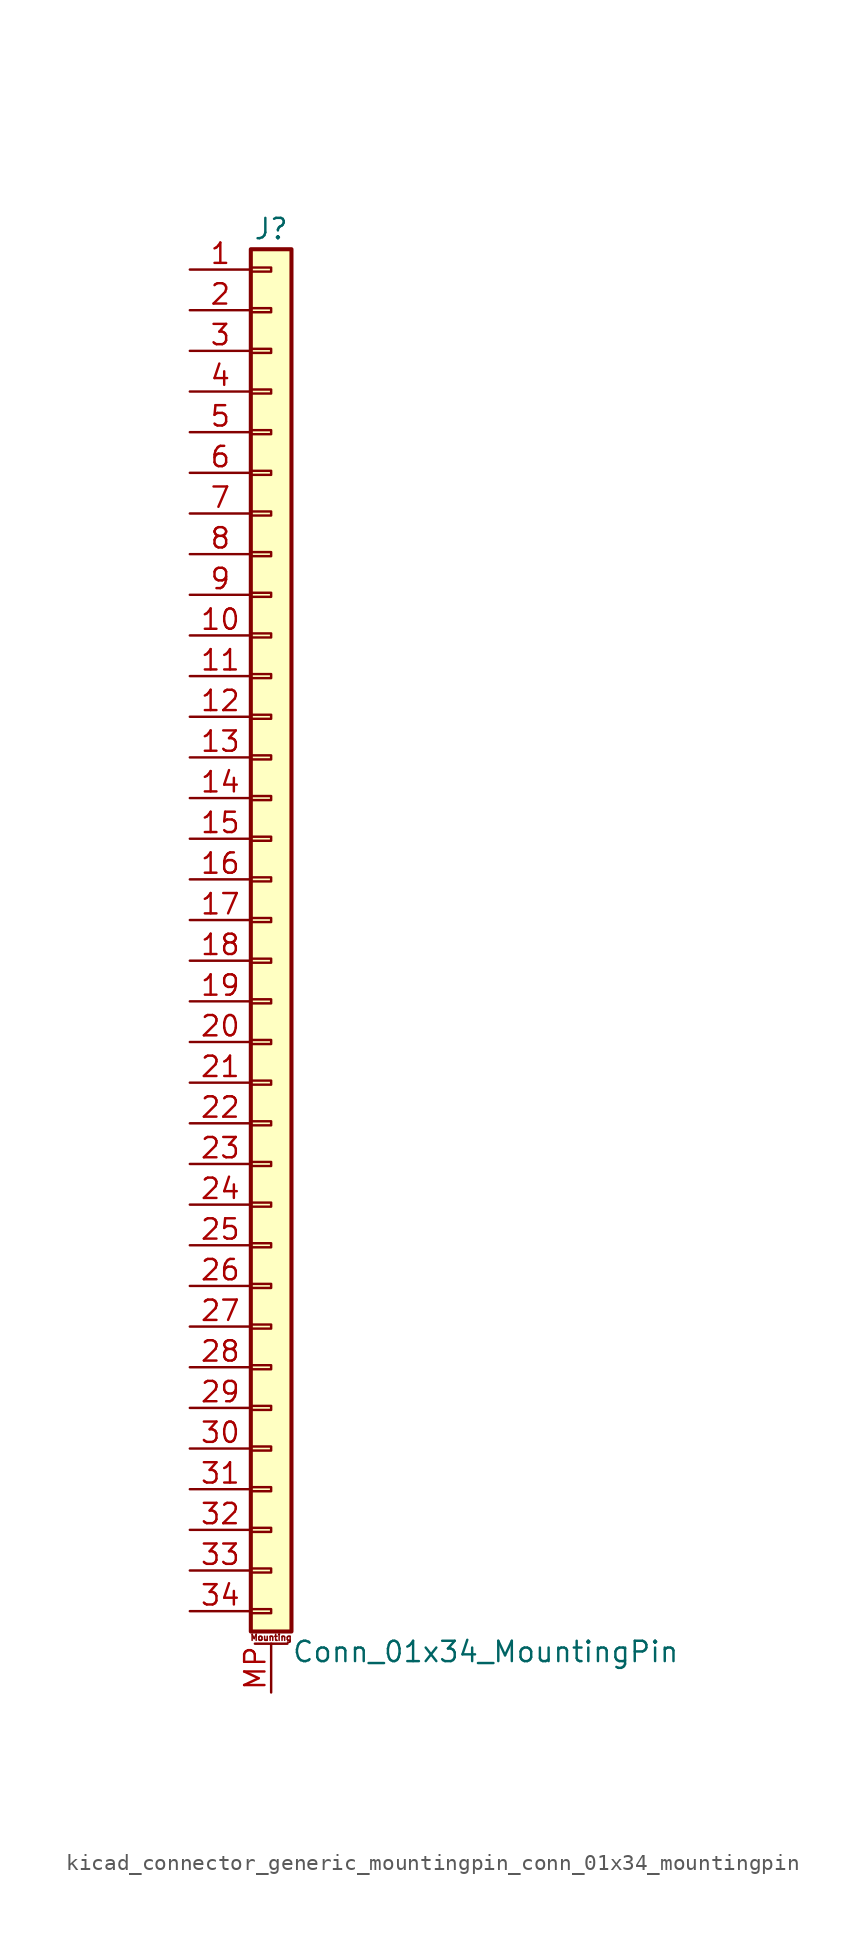
<source format=kicad_sym>
(kicad_symbol_lib
  (version 20220914)
  (generator kicad_symbol_editor)
  (symbol "kicad_connector_generic_mountingpin_conn_01x34_mountingpin"
    (pin_names
      (offset 1.016) hide)
    (property "Reference" "J"
      (at 0 43.18 0)
      (effects (font (size 1.27 1.27))))
    (property "Value" "Conn_01x34_MountingPin"
      (at 1.27 -45.72 0)
      (effects (font (size 1.27 1.27)) (justify left)))
    (symbol "kicad_connector_generic_mountingpin_conn_01x34_mountingpin_1_1"
      (rectangle (start -1.27 -43.053) (end 0 -43.307) (stroke (width 0.152) (type default)) (fill (type none)))
      (rectangle (start -1.27 -40.513) (end 0 -40.767) (stroke (width 0.152) (type default)) (fill (type none)))
      (rectangle (start -1.27 -37.973) (end 0 -38.227) (stroke (width 0.152) (type default)) (fill (type none)))
      (rectangle (start -1.27 -35.433) (end 0 -35.687) (stroke (width 0.152) (type default)) (fill (type none)))
      (rectangle (start -1.27 -32.893) (end 0 -33.147) (stroke (width 0.152) (type default)) (fill (type none)))
      (rectangle (start -1.27 -30.353) (end 0 -30.607) (stroke (width 0.152) (type default)) (fill (type none)))
      (rectangle (start -1.27 -27.813) (end 0 -28.067) (stroke (width 0.152) (type default)) (fill (type none)))
      (rectangle (start -1.27 -25.273) (end 0 -25.527) (stroke (width 0.152) (type default)) (fill (type none)))
      (rectangle (start -1.27 -22.733) (end 0 -22.987) (stroke (width 0.152) (type default)) (fill (type none)))
      (rectangle (start -1.27 -20.193) (end 0 -20.447) (stroke (width 0.152) (type default)) (fill (type none)))
      (rectangle (start -1.27 -17.653) (end 0 -17.907) (stroke (width 0.152) (type default)) (fill (type none)))
      (rectangle (start -1.27 -15.113) (end 0 -15.367) (stroke (width 0.152) (type default)) (fill (type none)))
      (rectangle (start -1.27 -12.573) (end 0 -12.827) (stroke (width 0.152) (type default)) (fill (type none)))
      (rectangle (start -1.27 -10.033) (end 0 -10.287) (stroke (width 0.152) (type default)) (fill (type none)))
      (rectangle (start -1.27 -7.493) (end 0 -7.747) (stroke (width 0.152) (type default)) (fill (type none)))
      (rectangle (start -1.27 -4.953) (end 0 -5.207) (stroke (width 0.152) (type default)) (fill (type none)))
      (rectangle (start -1.27 -2.413) (end 0 -2.667) (stroke (width 0.152) (type default)) (fill (type none)))
      (rectangle (start -1.27 0.127) (end 0 -0.127) (stroke (width 0.152) (type default)) (fill (type none)))
      (rectangle (start -1.27 2.667) (end 0 2.413) (stroke (width 0.152) (type default)) (fill (type none)))
      (rectangle (start -1.27 5.207) (end 0 4.953) (stroke (width 0.152) (type default)) (fill (type none)))
      (rectangle (start -1.27 7.747) (end 0 7.493) (stroke (width 0.152) (type default)) (fill (type none)))
      (rectangle (start -1.27 10.287) (end 0 10.033) (stroke (width 0.152) (type default)) (fill (type none)))
      (rectangle (start -1.27 12.827) (end 0 12.573) (stroke (width 0.152) (type default)) (fill (type none)))
      (rectangle (start -1.27 15.367) (end 0 15.113) (stroke (width 0.152) (type default)) (fill (type none)))
      (rectangle (start -1.27 17.907) (end 0 17.653) (stroke (width 0.152) (type default)) (fill (type none)))
      (rectangle (start -1.27 20.447) (end 0 20.193) (stroke (width 0.152) (type default)) (fill (type none)))
      (rectangle (start -1.27 22.987) (end 0 22.733) (stroke (width 0.152) (type default)) (fill (type none)))
      (rectangle (start -1.27 25.527) (end 0 25.273) (stroke (width 0.152) (type default)) (fill (type none)))
      (rectangle (start -1.27 28.067) (end 0 27.813) (stroke (width 0.152) (type default)) (fill (type none)))
      (rectangle (start -1.27 30.607) (end 0 30.353) (stroke (width 0.152) (type default)) (fill (type none)))
      (rectangle (start -1.27 33.147) (end 0 32.893) (stroke (width 0.152) (type default)) (fill (type none)))
      (rectangle (start -1.27 35.687) (end 0 35.433) (stroke (width 0.152) (type default)) (fill (type none)))
      (rectangle (start -1.27 38.227) (end 0 37.973) (stroke (width 0.152) (type default)) (fill (type none)))
      (rectangle (start -1.27 40.767) (end 0 40.513) (stroke (width 0.152) (type default)) (fill (type none)))
      (rectangle (start -1.27 41.91) (end 1.27 -44.45) (stroke (width 0.254) (type default)) (fill (type background)))
      (polyline (pts (xy -1.016 -45.212) (xy 1.016 -45.212)) (stroke (width 0.152) (type default)) (fill (type none)))
      (text "Mounting" (at 0 -44.831 0) (effects (font (size 0.381 0.381))))
      (pin passive line (at -5.08 40.64 0) (length 3.81) (name "Pin_1" (effects (font (size 1.27 1.27)))) (number "1" (effects (font (size 1.27 1.27)))))
      (pin passive line (at -5.08 17.78 0) (length 3.81) (name "Pin_10" (effects (font (size 1.27 1.27)))) (number "10" (effects (font (size 1.27 1.27)))))
      (pin passive line (at -5.08 15.24 0) (length 3.81) (name "Pin_11" (effects (font (size 1.27 1.27)))) (number "11" (effects (font (size 1.27 1.27)))))
      (pin passive line (at -5.08 12.7 0) (length 3.81) (name "Pin_12" (effects (font (size 1.27 1.27)))) (number "12" (effects (font (size 1.27 1.27)))))
      (pin passive line (at -5.08 10.16 0) (length 3.81) (name "Pin_13" (effects (font (size 1.27 1.27)))) (number "13" (effects (font (size 1.27 1.27)))))
      (pin passive line (at -5.08 7.62 0) (length 3.81) (name "Pin_14" (effects (font (size 1.27 1.27)))) (number "14" (effects (font (size 1.27 1.27)))))
      (pin passive line (at -5.08 5.08 0) (length 3.81) (name "Pin_15" (effects (font (size 1.27 1.27)))) (number "15" (effects (font (size 1.27 1.27)))))
      (pin passive line (at -5.08 2.54 0) (length 3.81) (name "Pin_16" (effects (font (size 1.27 1.27)))) (number "16" (effects (font (size 1.27 1.27)))))
      (pin passive line (at -5.08 0 0) (length 3.81) (name "Pin_17" (effects (font (size 1.27 1.27)))) (number "17" (effects (font (size 1.27 1.27)))))
      (pin passive line (at -5.08 -2.54 0) (length 3.81) (name "Pin_18" (effects (font (size 1.27 1.27)))) (number "18" (effects (font (size 1.27 1.27)))))
      (pin passive line (at -5.08 -5.08 0) (length 3.81) (name "Pin_19" (effects (font (size 1.27 1.27)))) (number "19" (effects (font (size 1.27 1.27)))))
      (pin passive line (at -5.08 38.1 0) (length 3.81) (name "Pin_2" (effects (font (size 1.27 1.27)))) (number "2" (effects (font (size 1.27 1.27)))))
      (pin passive line (at -5.08 -7.62 0) (length 3.81) (name "Pin_20" (effects (font (size 1.27 1.27)))) (number "20" (effects (font (size 1.27 1.27)))))
      (pin passive line (at -5.08 -10.16 0) (length 3.81) (name "Pin_21" (effects (font (size 1.27 1.27)))) (number "21" (effects (font (size 1.27 1.27)))))
      (pin passive line (at -5.08 -12.7 0) (length 3.81) (name "Pin_22" (effects (font (size 1.27 1.27)))) (number "22" (effects (font (size 1.27 1.27)))))
      (pin passive line (at -5.08 -15.24 0) (length 3.81) (name "Pin_23" (effects (font (size 1.27 1.27)))) (number "23" (effects (font (size 1.27 1.27)))))
      (pin passive line (at -5.08 -17.78 0) (length 3.81) (name "Pin_24" (effects (font (size 1.27 1.27)))) (number "24" (effects (font (size 1.27 1.27)))))
      (pin passive line (at -5.08 -20.32 0) (length 3.81) (name "Pin_25" (effects (font (size 1.27 1.27)))) (number "25" (effects (font (size 1.27 1.27)))))
      (pin passive line (at -5.08 -22.86 0) (length 3.81) (name "Pin_26" (effects (font (size 1.27 1.27)))) (number "26" (effects (font (size 1.27 1.27)))))
      (pin passive line (at -5.08 -25.4 0) (length 3.81) (name "Pin_27" (effects (font (size 1.27 1.27)))) (number "27" (effects (font (size 1.27 1.27)))))
      (pin passive line (at -5.08 -27.94 0) (length 3.81) (name "Pin_28" (effects (font (size 1.27 1.27)))) (number "28" (effects (font (size 1.27 1.27)))))
      (pin passive line (at -5.08 -30.48 0) (length 3.81) (name "Pin_29" (effects (font (size 1.27 1.27)))) (number "29" (effects (font (size 1.27 1.27)))))
      (pin passive line (at -5.08 35.56 0) (length 3.81) (name "Pin_3" (effects (font (size 1.27 1.27)))) (number "3" (effects (font (size 1.27 1.27)))))
      (pin passive line (at -5.08 -33.02 0) (length 3.81) (name "Pin_30" (effects (font (size 1.27 1.27)))) (number "30" (effects (font (size 1.27 1.27)))))
      (pin passive line (at -5.08 -35.56 0) (length 3.81) (name "Pin_31" (effects (font (size 1.27 1.27)))) (number "31" (effects (font (size 1.27 1.27)))))
      (pin passive line (at -5.08 -38.1 0) (length 3.81) (name "Pin_32" (effects (font (size 1.27 1.27)))) (number "32" (effects (font (size 1.27 1.27)))))
      (pin passive line (at -5.08 -40.64 0) (length 3.81) (name "Pin_33" (effects (font (size 1.27 1.27)))) (number "33" (effects (font (size 1.27 1.27)))))
      (pin passive line (at -5.08 -43.18 0) (length 3.81) (name "Pin_34" (effects (font (size 1.27 1.27)))) (number "34" (effects (font (size 1.27 1.27)))))
      (pin passive line (at -5.08 33.02 0) (length 3.81) (name "Pin_4" (effects (font (size 1.27 1.27)))) (number "4" (effects (font (size 1.27 1.27)))))
      (pin passive line (at -5.08 30.48 0) (length 3.81) (name "Pin_5" (effects (font (size 1.27 1.27)))) (number "5" (effects (font (size 1.27 1.27)))))
      (pin passive line (at -5.08 27.94 0) (length 3.81) (name "Pin_6" (effects (font (size 1.27 1.27)))) (number "6" (effects (font (size 1.27 1.27)))))
      (pin passive line (at -5.08 25.4 0) (length 3.81) (name "Pin_7" (effects (font (size 1.27 1.27)))) (number "7" (effects (font (size 1.27 1.27)))))
      (pin passive line (at -5.08 22.86 0) (length 3.81) (name "Pin_8" (effects (font (size 1.27 1.27)))) (number "8" (effects (font (size 1.27 1.27)))))
      (pin passive line (at -5.08 20.32 0) (length 3.81) (name "Pin_9" (effects (font (size 1.27 1.27)))) (number "9" (effects (font (size 1.27 1.27)))))
      (pin passive line (at 0 -48.26 90) (length 3.048) (name "MountPin" (effects (font (size 1.27 1.27)))) (number "MP" (effects (font (size 1.27 1.27))))))))
</source>
